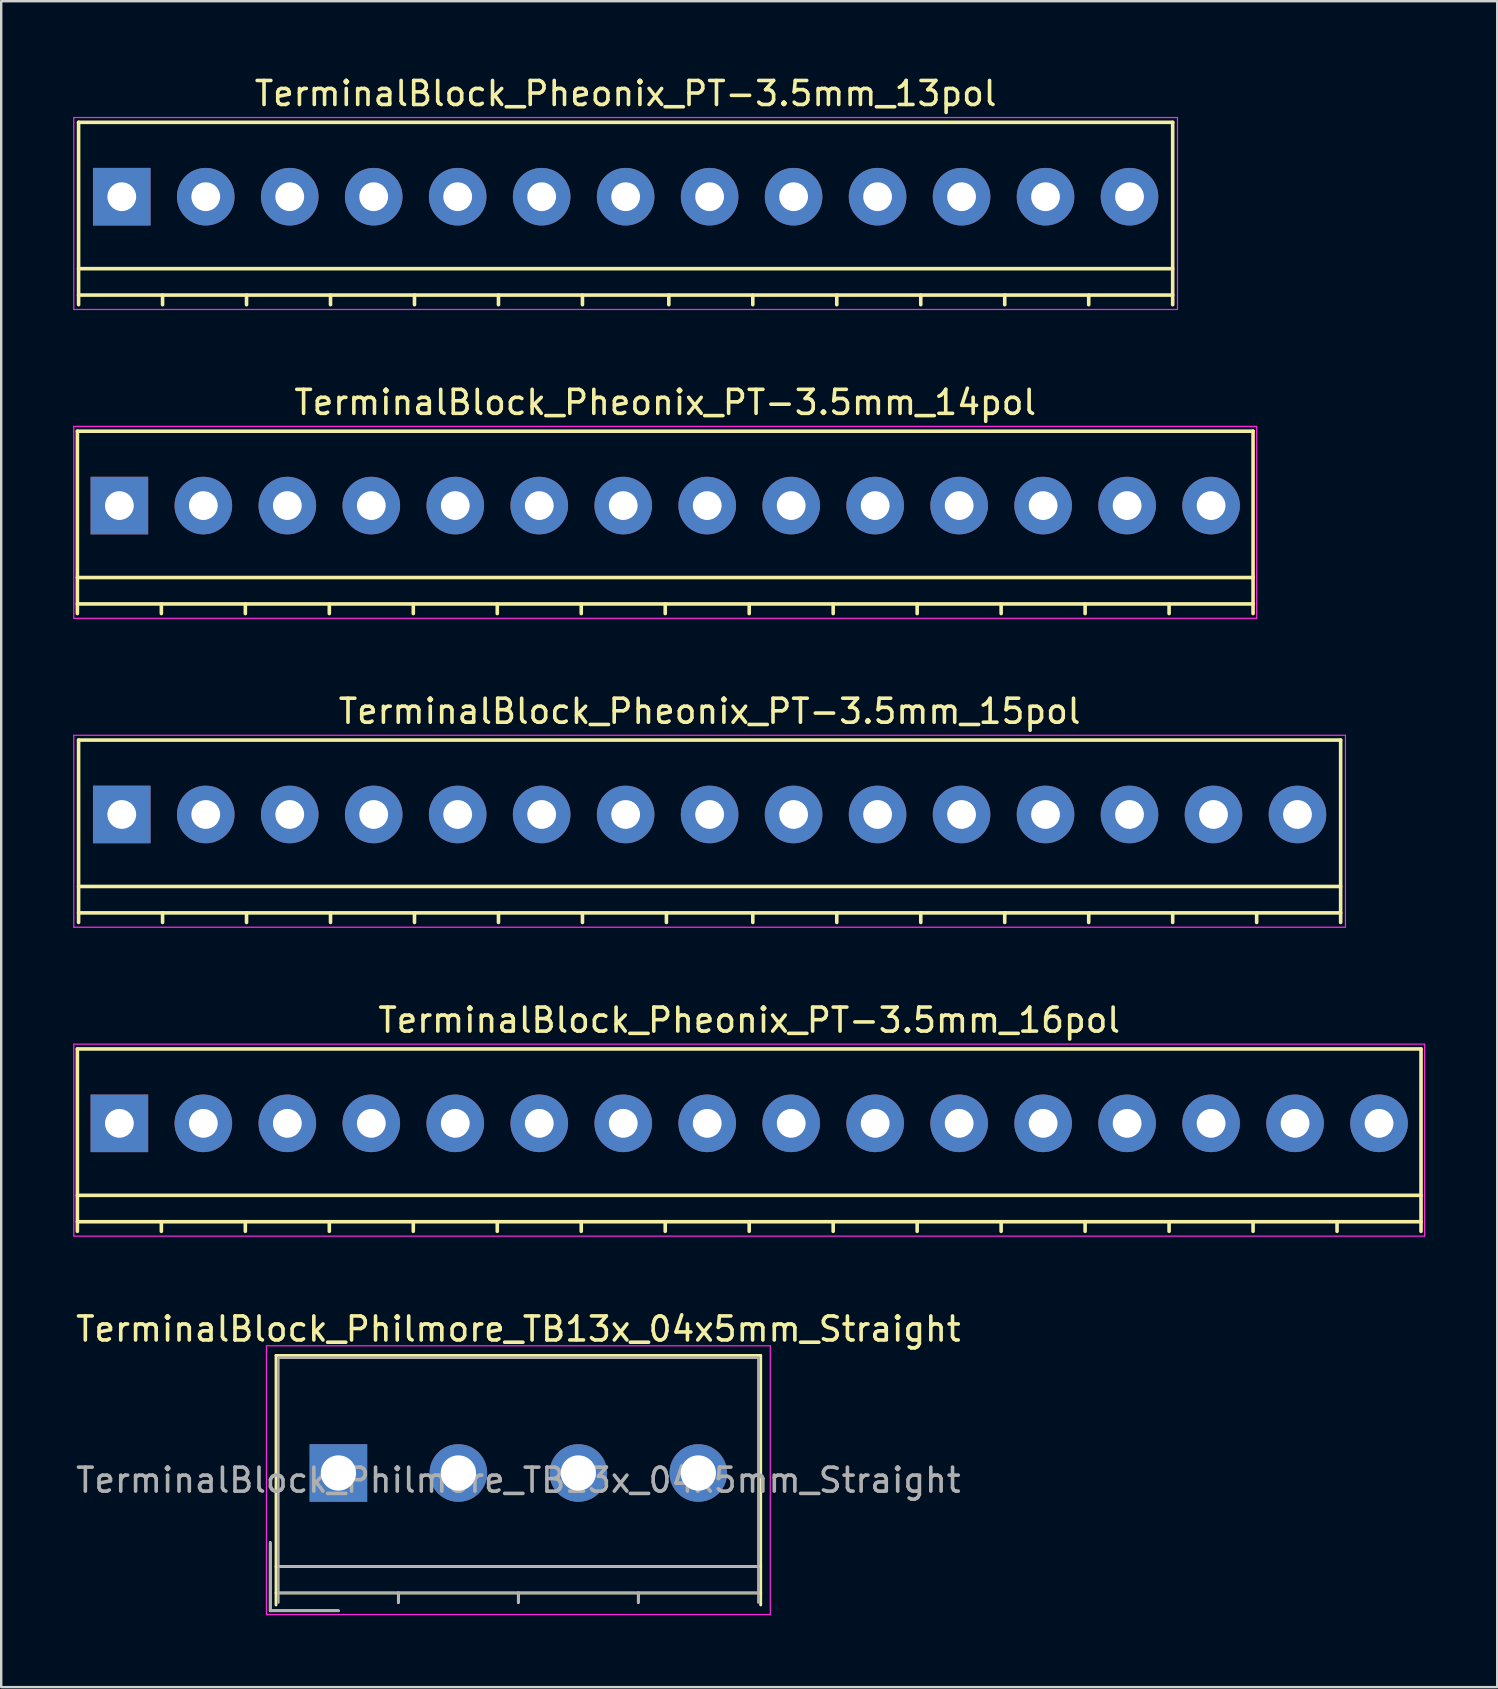
<source format=kicad_pcb>
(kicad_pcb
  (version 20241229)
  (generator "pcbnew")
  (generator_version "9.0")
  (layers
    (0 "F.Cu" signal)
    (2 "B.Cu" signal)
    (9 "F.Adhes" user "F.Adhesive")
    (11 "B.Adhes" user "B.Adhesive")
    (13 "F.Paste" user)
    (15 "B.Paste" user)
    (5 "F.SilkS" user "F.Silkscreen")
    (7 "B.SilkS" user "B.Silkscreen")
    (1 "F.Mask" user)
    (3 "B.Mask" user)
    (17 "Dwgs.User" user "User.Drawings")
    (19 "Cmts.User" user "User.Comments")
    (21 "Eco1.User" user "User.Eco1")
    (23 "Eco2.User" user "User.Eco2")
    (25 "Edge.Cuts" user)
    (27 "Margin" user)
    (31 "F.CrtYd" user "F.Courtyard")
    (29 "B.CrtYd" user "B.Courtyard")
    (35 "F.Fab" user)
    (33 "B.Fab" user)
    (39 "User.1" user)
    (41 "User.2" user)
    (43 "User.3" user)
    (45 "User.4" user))
  (footprint "TerminalBlock_Pheonix_PT-3.5mm_13pol"
    (layer "F.Cu")
    (at 2.025 5.148)
    (property "Reference" "TerminalBlock_Pheonix_PT-3.5mm_13pol" (at 21 -4.3 0) (layer "F.SilkS") (effects (font (size 1 1) (thickness 0.15))))
    (attr through_hole)
    (fp_line (start -1.8 -3.1) (end -1.8 4.5) (stroke (width 0.15) (type solid)) (layer "F.SilkS"))
    (fp_line (start -1.8 3) (end 43.8 3) (stroke (width 0.15) (type solid)) (layer "F.SilkS"))
    (fp_line (start -1.8 4.1) (end 43.8 4.1) (stroke (width 0.15) (type solid)) (layer "F.SilkS"))
    (fp_line (start 1.7 4.1) (end 1.7 4.5) (stroke (width 0.15) (type solid)) (layer "F.SilkS"))
    (fp_line (start 5.2 4.1) (end 5.2 4.5) (stroke (width 0.15) (type solid)) (layer "F.SilkS"))
    (fp_line (start 8.7 4.1) (end 8.7 4.5) (stroke (width 0.15) (type solid)) (layer "F.SilkS"))
    (fp_line (start 12.2 4.1) (end 12.2 4.5) (stroke (width 0.15) (type solid)) (layer "F.SilkS"))
    (fp_line (start 15.7 4.1) (end 15.7 4.5) (stroke (width 0.15) (type solid)) (layer "F.SilkS"))
    (fp_line (start 19.2 4.1) (end 19.2 4.5) (stroke (width 0.15) (type solid)) (layer "F.SilkS"))
    (fp_line (start 22.8 4.1) (end 22.8 4.5) (stroke (width 0.15) (type solid)) (layer "F.SilkS"))
    (fp_line (start 26.3 4.1) (end 26.3 4.5) (stroke (width 0.15) (type solid)) (layer "F.SilkS"))
    (fp_line (start 29.8 4.1) (end 29.8 4.5) (stroke (width 0.15) (type solid)) (layer "F.SilkS"))
    (fp_line (start 33.3 4.1) (end 33.3 4.5) (stroke (width 0.15) (type solid)) (layer "F.SilkS"))
    (fp_line (start 36.8 4.1) (end 36.8 4.5) (stroke (width 0.15) (type solid)) (layer "F.SilkS"))
    (fp_line (start 40.3 4.1) (end 40.3 4.5) (stroke (width 0.15) (type solid)) (layer "F.SilkS"))
    (fp_line (start 43.8 -3.1) (end -1.8 -3.1) (stroke (width 0.15) (type solid)) (layer "F.SilkS"))
    (fp_line (start 43.8 4.5) (end 43.8 -3.1) (stroke (width 0.15) (type solid)) (layer "F.SilkS"))
    (fp_line (start -2 -3.3) (end 44 -3.3) (stroke (width 0.05) (type solid)) (layer "F.CrtYd"))
    (fp_line (start -2 4.7) (end -2 -3.3) (stroke (width 0.05) (type solid)) (layer "F.CrtYd"))
    (fp_line (start 44 -3.3) (end 44 4.7) (stroke (width 0.05) (type solid)) (layer "F.CrtYd"))
    (fp_line (start 44 4.7) (end -2 4.7) (stroke (width 0.05) (type solid)) (layer "F.CrtYd"))
    (pad "1" thru_hole rect (at 0 0 180) (size 2.4 2.4) (drill 1.2) (layers "*.Cu" "*.Mask"))
    (pad "2" thru_hole circle (at 3.5 0 180) (size 2.4 2.4) (drill 1.2) (layers "*.Cu" "*.Mask"))
    (pad "3" thru_hole circle (at 7 0 180) (size 2.4 2.4) (drill 1.2) (layers "*.Cu" "*.Mask"))
    (pad "4" thru_hole circle (at 10.5 0 180) (size 2.4 2.4) (drill 1.2) (layers "*.Cu" "*.Mask"))
    (pad "5" thru_hole circle (at 14 0 180) (size 2.4 2.4) (drill 1.2) (layers "*.Cu" "*.Mask"))
    (pad "6" thru_hole circle (at 17.5 0 180) (size 2.4 2.4) (drill 1.2) (layers "*.Cu" "*.Mask"))
    (pad "7" thru_hole circle (at 21 0 180) (size 2.4 2.4) (drill 1.2) (layers "*.Cu" "*.Mask"))
    (pad "8" thru_hole circle (at 24.5 0 180) (size 2.4 2.4) (drill 1.2) (layers "*.Cu" "*.Mask"))
    (pad "9" thru_hole circle (at 28 0 180) (size 2.4 2.4) (drill 1.2) (layers "*.Cu" "*.Mask"))
    (pad "10" thru_hole circle (at 31.5 0 180) (size 2.4 2.4) (drill 1.2) (layers "*.Cu" "*.Mask"))
    (pad "11" thru_hole circle (at 35 0 180) (size 2.4 2.4) (drill 1.2) (layers "*.Cu" "*.Mask"))
    (pad "12" thru_hole circle (at 38.5 0 180) (size 2.4 2.4) (drill 1.2) (layers "*.Cu" "*.Mask"))
    (pad "13" thru_hole circle (at 42 0 180) (size 2.4 2.4) (drill 1.2) (layers "*.Cu" "*.Mask")))
  (footprint "TerminalBlock_Pheonix_PT-3.5mm_14pol"
    (layer "F.Cu")
    (at 1.925 18.021)
    (property "Reference" "TerminalBlock_Pheonix_PT-3.5mm_14pol" (at 22.75 -4.3 0) (layer "F.SilkS") (effects (font (size 1 1) (thickness 0.15))))
    (attr through_hole)
    (fp_line (start -1.75 -3.1) (end -1.75 4.5) (stroke (width 0.15) (type solid)) (layer "F.SilkS"))
    (fp_line (start -1.75 3) (end 47.25 3) (stroke (width 0.15) (type solid)) (layer "F.SilkS"))
    (fp_line (start -1.75 4.1) (end 47.25 4.1) (stroke (width 0.15) (type solid)) (layer "F.SilkS"))
    (fp_line (start 1.75 4.1) (end 1.75 4.5) (stroke (width 0.15) (type solid)) (layer "F.SilkS"))
    (fp_line (start 5.25 4.1) (end 5.25 4.5) (stroke (width 0.15) (type solid)) (layer "F.SilkS"))
    (fp_line (start 8.75 4.1) (end 8.75 4.5) (stroke (width 0.15) (type solid)) (layer "F.SilkS"))
    (fp_line (start 12.25 4.1) (end 12.25 4.5) (stroke (width 0.15) (type solid)) (layer "F.SilkS"))
    (fp_line (start 15.75 4.1) (end 15.75 4.5) (stroke (width 0.15) (type solid)) (layer "F.SilkS"))
    (fp_line (start 19.25 4.1) (end 19.25 4.5) (stroke (width 0.15) (type solid)) (layer "F.SilkS"))
    (fp_line (start 22.75 4.1) (end 22.75 4.5) (stroke (width 0.15) (type solid)) (layer "F.SilkS"))
    (fp_line (start 26.25 4.1) (end 26.25 4.5) (stroke (width 0.15) (type solid)) (layer "F.SilkS"))
    (fp_line (start 29.75 4.1) (end 29.75 4.5) (stroke (width 0.15) (type solid)) (layer "F.SilkS"))
    (fp_line (start 33.25 4.1) (end 33.25 4.5) (stroke (width 0.15) (type solid)) (layer "F.SilkS"))
    (fp_line (start 36.75 4.1) (end 36.75 4.5) (stroke (width 0.15) (type solid)) (layer "F.SilkS"))
    (fp_line (start 40.25 4.1) (end 40.25 4.5) (stroke (width 0.15) (type solid)) (layer "F.SilkS"))
    (fp_line (start 43.75 4.1) (end 43.75 4.5) (stroke (width 0.15) (type solid)) (layer "F.SilkS"))
    (fp_line (start 47.25 -3.1) (end -1.75 -3.1) (stroke (width 0.15) (type solid)) (layer "F.SilkS"))
    (fp_line (start 47.25 4.5) (end 47.25 -3.1) (stroke (width 0.15) (type solid)) (layer "F.SilkS"))
    (fp_line (start -1.9 -3.3) (end 47.4 -3.3) (stroke (width 0.05) (type solid)) (layer "F.CrtYd"))
    (fp_line (start -1.9 4.7) (end -1.9 -3.3) (stroke (width 0.05) (type solid)) (layer "F.CrtYd"))
    (fp_line (start 47.4 -3.3) (end 47.4 4.7) (stroke (width 0.05) (type solid)) (layer "F.CrtYd"))
    (fp_line (start 47.4 4.7) (end -1.9 4.7) (stroke (width 0.05) (type solid)) (layer "F.CrtYd"))
    (pad "1" thru_hole rect (at 0 0 180) (size 2.4 2.4) (drill 1.2) (layers "*.Cu" "*.Mask"))
    (pad "2" thru_hole circle (at 3.5 0 180) (size 2.4 2.4) (drill 1.2) (layers "*.Cu" "*.Mask"))
    (pad "3" thru_hole circle (at 7 0 180) (size 2.4 2.4) (drill 1.2) (layers "*.Cu" "*.Mask"))
    (pad "4" thru_hole circle (at 10.5 0 180) (size 2.4 2.4) (drill 1.2) (layers "*.Cu" "*.Mask"))
    (pad "5" thru_hole circle (at 14 0 180) (size 2.4 2.4) (drill 1.2) (layers "*.Cu" "*.Mask"))
    (pad "6" thru_hole circle (at 17.5 0 180) (size 2.4 2.4) (drill 1.2) (layers "*.Cu" "*.Mask"))
    (pad "7" thru_hole circle (at 21 0 180) (size 2.4 2.4) (drill 1.2) (layers "*.Cu" "*.Mask"))
    (pad "8" thru_hole circle (at 24.5 0 180) (size 2.4 2.4) (drill 1.2) (layers "*.Cu" "*.Mask"))
    (pad "9" thru_hole circle (at 28 0 180) (size 2.4 2.4) (drill 1.2) (layers "*.Cu" "*.Mask"))
    (pad "10" thru_hole circle (at 31.5 0 180) (size 2.4 2.4) (drill 1.2) (layers "*.Cu" "*.Mask"))
    (pad "11" thru_hole circle (at 35 0 180) (size 2.4 2.4) (drill 1.2) (layers "*.Cu" "*.Mask"))
    (pad "12" thru_hole circle (at 38.5 0 180) (size 2.4 2.4) (drill 1.2) (layers "*.Cu" "*.Mask"))
    (pad "13" thru_hole circle (at 42 0 180) (size 2.4 2.4) (drill 1.2) (layers "*.Cu" "*.Mask"))
    (pad "14" thru_hole circle (at 45.5 0 180) (size 2.4 2.4) (drill 1.2) (layers "*.Cu" "*.Mask")))
  (footprint "TerminalBlock_Pheonix_PT-3.5mm_16pol"
    (layer "F.Cu")
    (at 1.925 43.768)
    (property "Reference" "TerminalBlock_Pheonix_PT-3.5mm_16pol" (at 26.25 -4.3 0) (layer "F.SilkS") (effects (font (size 1 1) (thickness 0.15))))
    (attr through_hole)
    (fp_line (start -1.75 -3.1) (end -1.75 4.5) (stroke (width 0.15) (type solid)) (layer "F.SilkS"))
    (fp_line (start -1.75 3) (end 54.25 3) (stroke (width 0.15) (type solid)) (layer "F.SilkS"))
    (fp_line (start -1.75 4.1) (end 54.25 4.1) (stroke (width 0.15) (type solid)) (layer "F.SilkS"))
    (fp_line (start 1.75 4.1) (end 1.75 4.5) (stroke (width 0.15) (type solid)) (layer "F.SilkS"))
    (fp_line (start 5.25 4.1) (end 5.25 4.5) (stroke (width 0.15) (type solid)) (layer "F.SilkS"))
    (fp_line (start 8.75 4.1) (end 8.75 4.5) (stroke (width 0.15) (type solid)) (layer "F.SilkS"))
    (fp_line (start 12.25 4.1) (end 12.25 4.5) (stroke (width 0.15) (type solid)) (layer "F.SilkS"))
    (fp_line (start 15.75 4.1) (end 15.75 4.5) (stroke (width 0.15) (type solid)) (layer "F.SilkS"))
    (fp_line (start 19.25 4.1) (end 19.25 4.5) (stroke (width 0.15) (type solid)) (layer "F.SilkS"))
    (fp_line (start 22.75 4.1) (end 22.75 4.5) (stroke (width 0.15) (type solid)) (layer "F.SilkS"))
    (fp_line (start 26.25 4.1) (end 26.25 4.5) (stroke (width 0.15) (type solid)) (layer "F.SilkS"))
    (fp_line (start 29.75 4.1) (end 29.75 4.5) (stroke (width 0.15) (type solid)) (layer "F.SilkS"))
    (fp_line (start 33.25 4.1) (end 33.25 4.5) (stroke (width 0.15) (type solid)) (layer "F.SilkS"))
    (fp_line (start 36.75 4.1) (end 36.75 4.5) (stroke (width 0.15) (type solid)) (layer "F.SilkS"))
    (fp_line (start 40.25 4.1) (end 40.25 4.5) (stroke (width 0.15) (type solid)) (layer "F.SilkS"))
    (fp_line (start 43.75 4.1) (end 43.75 4.5) (stroke (width 0.15) (type solid)) (layer "F.SilkS"))
    (fp_line (start 47.25 4.1) (end 47.25 4.5) (stroke (width 0.15) (type solid)) (layer "F.SilkS"))
    (fp_line (start 50.75 4.1) (end 50.75 4.5) (stroke (width 0.15) (type solid)) (layer "F.SilkS"))
    (fp_line (start 54.25 -3.1) (end -1.75 -3.1) (stroke (width 0.15) (type solid)) (layer "F.SilkS"))
    (fp_line (start 54.25 4.5) (end 54.25 -3.1) (stroke (width 0.15) (type solid)) (layer "F.SilkS"))
    (fp_line (start -1.9 -3.3) (end 54.4 -3.3) (stroke (width 0.05) (type solid)) (layer "F.CrtYd"))
    (fp_line (start -1.9 4.7) (end -1.9 -3.3) (stroke (width 0.05) (type solid)) (layer "F.CrtYd"))
    (fp_line (start 54.4 -3.3) (end 54.4 4.7) (stroke (width 0.05) (type solid)) (layer "F.CrtYd"))
    (fp_line (start 54.4 4.7) (end -1.9 4.7) (stroke (width 0.05) (type solid)) (layer "F.CrtYd"))
    (pad "1" thru_hole rect (at 0 0 180) (size 2.4 2.4) (drill 1.2) (layers "*.Cu" "*.Mask"))
    (pad "2" thru_hole circle (at 3.5 0 180) (size 2.4 2.4) (drill 1.2) (layers "*.Cu" "*.Mask"))
    (pad "3" thru_hole circle (at 7 0 180) (size 2.4 2.4) (drill 1.2) (layers "*.Cu" "*.Mask"))
    (pad "4" thru_hole circle (at 10.5 0 180) (size 2.4 2.4) (drill 1.2) (layers "*.Cu" "*.Mask"))
    (pad "5" thru_hole circle (at 14 0 180) (size 2.4 2.4) (drill 1.2) (layers "*.Cu" "*.Mask"))
    (pad "6" thru_hole circle (at 17.5 0 180) (size 2.4 2.4) (drill 1.2) (layers "*.Cu" "*.Mask"))
    (pad "7" thru_hole circle (at 21 0 180) (size 2.4 2.4) (drill 1.2) (layers "*.Cu" "*.Mask"))
    (pad "8" thru_hole circle (at 24.5 0 180) (size 2.4 2.4) (drill 1.2) (layers "*.Cu" "*.Mask"))
    (pad "9" thru_hole circle (at 28 0 180) (size 2.4 2.4) (drill 1.2) (layers "*.Cu" "*.Mask"))
    (pad "10" thru_hole circle (at 31.5 0 180) (size 2.4 2.4) (drill 1.2) (layers "*.Cu" "*.Mask"))
    (pad "11" thru_hole circle (at 35 0 180) (size 2.4 2.4) (drill 1.2) (layers "*.Cu" "*.Mask"))
    (pad "12" thru_hole circle (at 38.5 0 180) (size 2.4 2.4) (drill 1.2) (layers "*.Cu" "*.Mask"))
    (pad "13" thru_hole circle (at 42 0 180) (size 2.4 2.4) (drill 1.2) (layers "*.Cu" "*.Mask"))
    (pad "14" thru_hole circle (at 45.5 0 180) (size 2.4 2.4) (drill 1.2) (layers "*.Cu" "*.Mask"))
    (pad "15" thru_hole circle (at 49 0 180) (size 2.4 2.4) (drill 1.2) (layers "*.Cu" "*.Mask"))
    (pad "16" thru_hole circle (at 52.5 0 180) (size 2.4 2.4) (drill 1.2) (layers "*.Cu" "*.Mask")))
  (footprint "TerminalBlock_Philmore_TB13x_04x5mm_Straight"
    (layer "F.Cu")
    (at 11.054 58.341)
    (property "Reference" "TerminalBlock_Philmore_TB13x_04x5mm_Straight" (at 7.5 -6 0) (layer "F.SilkS") (effects (font (size 1 1) (thickness 0.15))))
    (attr through_hole)
    (fp_line (start -2.84 2.9) (end -2.84 5.74) (stroke (width 0.12) (type solid)) (layer "F.SilkS"))
    (fp_line (start -2.84 5.74) (end 0 5.74) (stroke (width 0.12) (type solid)) (layer "F.SilkS"))
    (fp_line (start -2.6 -4.9) (end 17.6 -4.9) (stroke (width 0.12) (type solid)) (layer "F.SilkS"))
    (fp_line (start -2.6 3.9) (end 17.6 3.9) (stroke (width 0.12) (type solid)) (layer "F.SilkS"))
    (fp_line (start -2.6 5) (end 17.6 5) (stroke (width 0.12) (type solid)) (layer "F.SilkS"))
    (fp_line (start -2.6 5.5) (end -2.6 -4.9) (stroke (width 0.12) (type solid)) (layer "F.SilkS"))
    (fp_line (start 2.5 5) (end 2.5 5.4) (stroke (width 0.12) (type solid)) (layer "F.SilkS"))
    (fp_line (start 7.5 5) (end 7.5 5.4) (stroke (width 0.12) (type solid)) (layer "F.SilkS"))
    (fp_line (start 12.5 5) (end 12.5 5.4) (stroke (width 0.12) (type solid)) (layer "F.SilkS"))
    (fp_line (start 17.6 -4.9) (end 17.6 5.5) (stroke (width 0.12) (type solid)) (layer "F.SilkS"))
    (fp_line (start -3 -5.3) (end -3 5.9) (stroke (width 0.05) (type solid)) (layer "F.CrtYd"))
    (fp_line (start -3 5.9) (end 18 5.9) (stroke (width 0.05) (type solid)) (layer "F.CrtYd"))
    (fp_line (start 18 -5.3) (end -3 -5.3) (stroke (width 0.05) (type solid)) (layer "F.CrtYd"))
    (fp_line (start 18 5.9) (end 18 -5.3) (stroke (width 0.05) (type solid)) (layer "F.CrtYd"))
    (fp_line (start -2.84 2.9) (end -2.84 5.74) (stroke (width 0.1) (type solid)) (layer "F.Fab"))
    (fp_line (start -2.84 5.74) (end 0 5.74) (stroke (width 0.1) (type solid)) (layer "F.Fab"))
    (fp_line (start -2.5 -4.8) (end 17.5 -4.8) (stroke (width 0.1) (type solid)) (layer "F.Fab"))
    (fp_line (start -2.5 3.9) (end 17.5 3.9) (stroke (width 0.1) (type solid)) (layer "F.Fab"))
    (fp_line (start -2.5 5) (end 17.5 5) (stroke (width 0.1) (type solid)) (layer "F.Fab"))
    (fp_line (start -2.5 5.4) (end -2.5 -4.8) (stroke (width 0.1) (type solid)) (layer "F.Fab"))
    (fp_line (start 2.5 5) (end 2.5 5.4) (stroke (width 0.1) (type solid)) (layer "F.Fab"))
    (fp_line (start 7.5 5) (end 7.5 5.4) (stroke (width 0.1) (type solid)) (layer "F.Fab"))
    (fp_line (start 12.5 5) (end 12.5 5.4) (stroke (width 0.1) (type solid)) (layer "F.Fab"))
    (fp_line (start 17.5 -4.8) (end 17.5 5.4) (stroke (width 0.1) (type solid)) (layer "F.Fab"))
    (fp_text user "${REFERENCE}" (at 7.5 0.3 0) (layer "F.Fab") (effects (font (size 1 1) (thickness 0.15))))
    (pad "1" thru_hole rect (at 0 0) (size 2.4 2.4) (drill 1.47) (layers "*.Cu" "*.Mask"))
    (pad "2" thru_hole circle (at 5 0) (size 2.4 2.4) (drill 1.47) (layers "*.Cu" "*.Mask"))
    (pad "3" thru_hole circle (at 10 0) (size 2.4 2.4) (drill 1.47) (layers "*.Cu" "*.Mask"))
    (pad "4" thru_hole circle (at 15 0) (size 2.4 2.4) (drill 1.47) (layers "*.Cu" "*.Mask")))
  (footprint "TerminalBlock_Pheonix_PT-3.5mm_15pol"
    (layer "F.Cu")
    (at 2.025 30.895)
    (property "Reference" "TerminalBlock_Pheonix_PT-3.5mm_15pol" (at 24.5 -4.3 0) (layer "F.SilkS") (effects (font (size 1 1) (thickness 0.15))))
    (attr through_hole)
    (fp_line (start -1.8 -3.1) (end -1.8 4.5) (stroke (width 0.15) (type solid)) (layer "F.SilkS"))
    (fp_line (start -1.8 3) (end 50.8 3) (stroke (width 0.15) (type solid)) (layer "F.SilkS"))
    (fp_line (start -1.8 4.1) (end 50.8 4.1) (stroke (width 0.15) (type solid)) (layer "F.SilkS"))
    (fp_line (start 1.7 4.1) (end 1.7 4.5) (stroke (width 0.15) (type solid)) (layer "F.SilkS"))
    (fp_line (start 5.2 4.1) (end 5.2 4.5) (stroke (width 0.15) (type solid)) (layer "F.SilkS"))
    (fp_line (start 8.7 4.1) (end 8.7 4.5) (stroke (width 0.15) (type solid)) (layer "F.SilkS"))
    (fp_line (start 12.2 4.1) (end 12.2 4.5) (stroke (width 0.15) (type solid)) (layer "F.SilkS"))
    (fp_line (start 15.7 4.1) (end 15.7 4.5) (stroke (width 0.15) (type solid)) (layer "F.SilkS"))
    (fp_line (start 19.2 4.1) (end 19.2 4.5) (stroke (width 0.15) (type solid)) (layer "F.SilkS"))
    (fp_line (start 22.7 4.1) (end 22.7 4.5) (stroke (width 0.15) (type solid)) (layer "F.SilkS"))
    (fp_line (start 26.3 4.1) (end 26.3 4.5) (stroke (width 0.15) (type solid)) (layer "F.SilkS"))
    (fp_line (start 29.8 4.1) (end 29.8 4.5) (stroke (width 0.15) (type solid)) (layer "F.SilkS"))
    (fp_line (start 33.3 4.1) (end 33.3 4.5) (stroke (width 0.15) (type solid)) (layer "F.SilkS"))
    (fp_line (start 36.8 4.1) (end 36.8 4.5) (stroke (width 0.15) (type solid)) (layer "F.SilkS"))
    (fp_line (start 40.3 4.1) (end 40.3 4.5) (stroke (width 0.15) (type solid)) (layer "F.SilkS"))
    (fp_line (start 43.8 4.1) (end 43.8 4.5) (stroke (width 0.15) (type solid)) (layer "F.SilkS"))
    (fp_line (start 47.3 4.1) (end 47.3 4.5) (stroke (width 0.15) (type solid)) (layer "F.SilkS"))
    (fp_line (start 50.8 -3.1) (end -1.8 -3.1) (stroke (width 0.15) (type solid)) (layer "F.SilkS"))
    (fp_line (start 50.8 4.5) (end 50.8 -3.1) (stroke (width 0.15) (type solid)) (layer "F.SilkS"))
    (fp_line (start -2 -3.3) (end 51 -3.3) (stroke (width 0.05) (type solid)) (layer "F.CrtYd"))
    (fp_line (start -2 4.7) (end -2 -3.3) (stroke (width 0.05) (type solid)) (layer "F.CrtYd"))
    (fp_line (start 51 -3.3) (end 51 4.7) (stroke (width 0.05) (type solid)) (layer "F.CrtYd"))
    (fp_line (start 51 4.7) (end -2 4.7) (stroke (width 0.05) (type solid)) (layer "F.CrtYd"))
    (pad "1" thru_hole rect (at 0 0 180) (size 2.4 2.4) (drill 1.2) (layers "*.Cu" "*.Mask"))
    (pad "2" thru_hole circle (at 3.5 0 180) (size 2.4 2.4) (drill 1.2) (layers "*.Cu" "*.Mask"))
    (pad "3" thru_hole circle (at 7 0 180) (size 2.4 2.4) (drill 1.2) (layers "*.Cu" "*.Mask"))
    (pad "4" thru_hole circle (at 10.5 0 180) (size 2.4 2.4) (drill 1.2) (layers "*.Cu" "*.Mask"))
    (pad "5" thru_hole circle (at 14 0 180) (size 2.4 2.4) (drill 1.2) (layers "*.Cu" "*.Mask"))
    (pad "6" thru_hole circle (at 17.5 0 180) (size 2.4 2.4) (drill 1.2) (layers "*.Cu" "*.Mask"))
    (pad "7" thru_hole circle (at 21 0 180) (size 2.4 2.4) (drill 1.2) (layers "*.Cu" "*.Mask"))
    (pad "8" thru_hole circle (at 24.5 0 180) (size 2.4 2.4) (drill 1.2) (layers "*.Cu" "*.Mask"))
    (pad "9" thru_hole circle (at 28 0 180) (size 2.4 2.4) (drill 1.2) (layers "*.Cu" "*.Mask"))
    (pad "10" thru_hole circle (at 31.5 0 180) (size 2.4 2.4) (drill 1.2) (layers "*.Cu" "*.Mask"))
    (pad "11" thru_hole circle (at 35 0 180) (size 2.4 2.4) (drill 1.2) (layers "*.Cu" "*.Mask"))
    (pad "12" thru_hole circle (at 38.5 0 180) (size 2.4 2.4) (drill 1.2) (layers "*.Cu" "*.Mask"))
    (pad "13" thru_hole circle (at 42 0 180) (size 2.4 2.4) (drill 1.2) (layers "*.Cu" "*.Mask"))
    (pad "14" thru_hole circle (at 45.5 0 180) (size 2.4 2.4) (drill 1.2) (layers "*.Cu" "*.Mask"))
    (pad "15" thru_hole circle (at 49 0 180) (size 2.4 2.4) (drill 1.2) (layers "*.Cu" "*.Mask")))
  (gr_rect
    (start -3 -3)
    (end 59.35 67.266)
    (stroke (width 0.1) (type default))
    (fill no)
    (layer "Edge.Cuts")))
</source>
